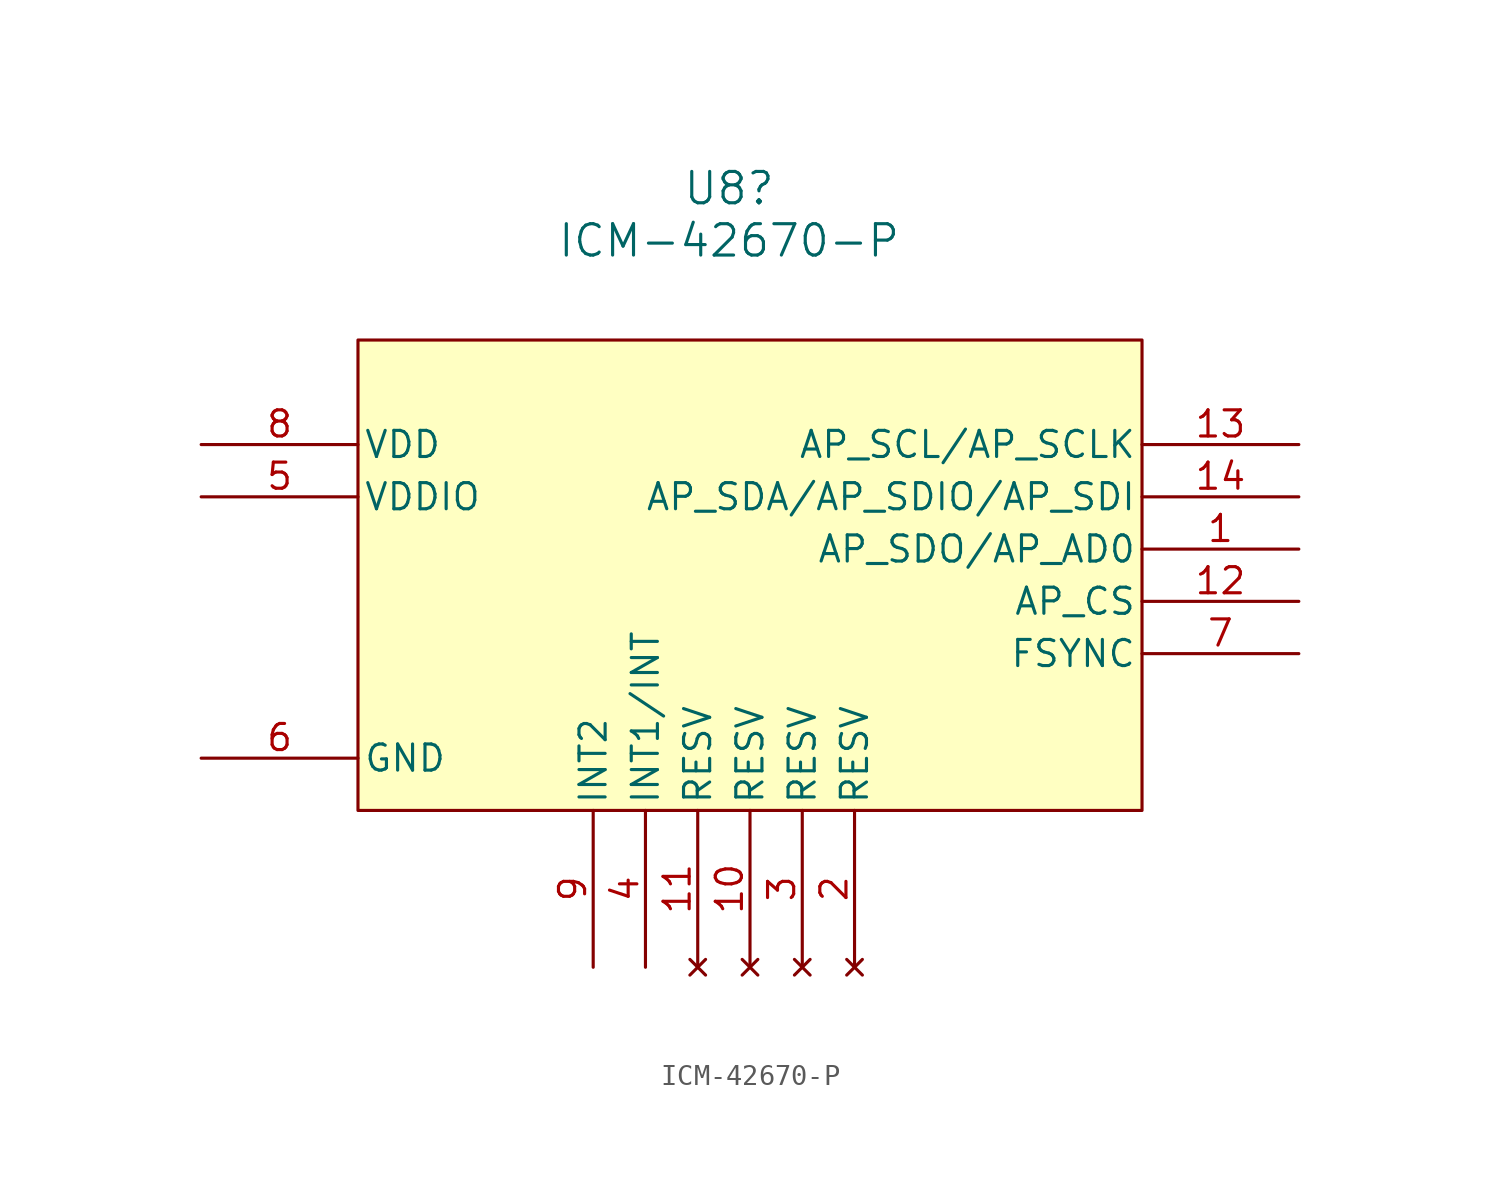
<source format=kicad_sym>
(kicad_symbol_lib
  (version 20241209)
  (generator "kicad_symbol_editor")
  (generator_version "9.0")
  (symbol "ICM-42670-P"
    (pin_names
      (offset 0.254))
    (property "Reference" "U8"
      (at 25.654 9.906 0)
      (effects (font (size 1.524 1.524))))
    (property "Value" "ICM-42670-P"
      (at 25.654 7.366 0)
      (effects (font (size 1.524 1.524))))
    (symbol "ICM-42670-P_0_1"
      (pin power_in line (at 0 -2.54 0) (length 7.62) (name "VDD" (effects (font (size 1.27 1.27)))) (number "8" (effects (font (size 1.27 1.27)))))
      (pin power_in line (at 0 -5.08 0) (length 7.62) (name "VDDIO" (effects (font (size 1.27 1.27)))) (number "5" (effects (font (size 1.27 1.27)))))
      (pin power_in line (at 0 -17.78 0) (length 7.62) (name "GND" (effects (font (size 1.27 1.27)))) (number "6" (effects (font (size 1.27 1.27)))))
      (pin output line (at 19.05 -27.94 90) (length 7.62) (name "INT2" (effects (font (size 1.27 1.27)))) (number "9" (effects (font (size 1.27 1.27)))))
      (pin output line (at 21.59 -27.94 90) (length 7.62) (name "INT1/INT" (effects (font (size 1.27 1.27)))) (number "4" (effects (font (size 1.27 1.27)))))
      (pin no_connect line (at 24.13 -27.94 90) (length 7.62) (name "RESV" (effects (font (size 1.27 1.27)))) (number "11" (effects (font (size 1.27 1.27)))))
      (pin no_connect line (at 26.67 -27.94 90) (length 7.62) (name "RESV" (effects (font (size 1.27 1.27)))) (number "10" (effects (font (size 1.27 1.27)))))
      (pin no_connect line (at 29.21 -27.94 90) (length 7.62) (name "RESV" (effects (font (size 1.27 1.27)))) (number "3" (effects (font (size 1.27 1.27)))))
      (pin no_connect line (at 31.75 -27.94 90) (length 7.62) (name "RESV" (effects (font (size 1.27 1.27)))) (number "2" (effects (font (size 1.27 1.27)))))
      (pin bidirectional line (at 53.34 -2.54 180) (length 7.62) (name "AP_SCL/AP_SCLK" (effects (font (size 1.27 1.27)))) (number "13" (effects (font (size 1.27 1.27)))))
      (pin bidirectional line (at 53.34 -5.08 180) (length 7.62) (name "AP_SDA/AP_SDIO/AP_SDI" (effects (font (size 1.27 1.27)))) (number "14" (effects (font (size 1.27 1.27)))))
      (pin bidirectional line (at 53.34 -7.62 180) (length 7.62) (name "AP_SDO/AP_AD0" (effects (font (size 1.27 1.27)))) (number "1" (effects (font (size 1.27 1.27)))))
      (pin input line (at 53.34 -10.16 180) (length 7.62) (name "AP_CS" (effects (font (size 1.27 1.27)))) (number "12" (effects (font (size 1.27 1.27)))))
      (pin input line (at 53.34 -12.7 180) (length 7.62) (name "FSYNC" (effects (font (size 1.27 1.27)))) (number "7" (effects (font (size 1.27 1.27))))))
    (symbol "ICM-42670-P_1_1"
      (rectangle (start 7.62 2.54) (end 45.72 -20.32) (stroke (width 0) (type solid)) (fill (type background))))))
</source>
